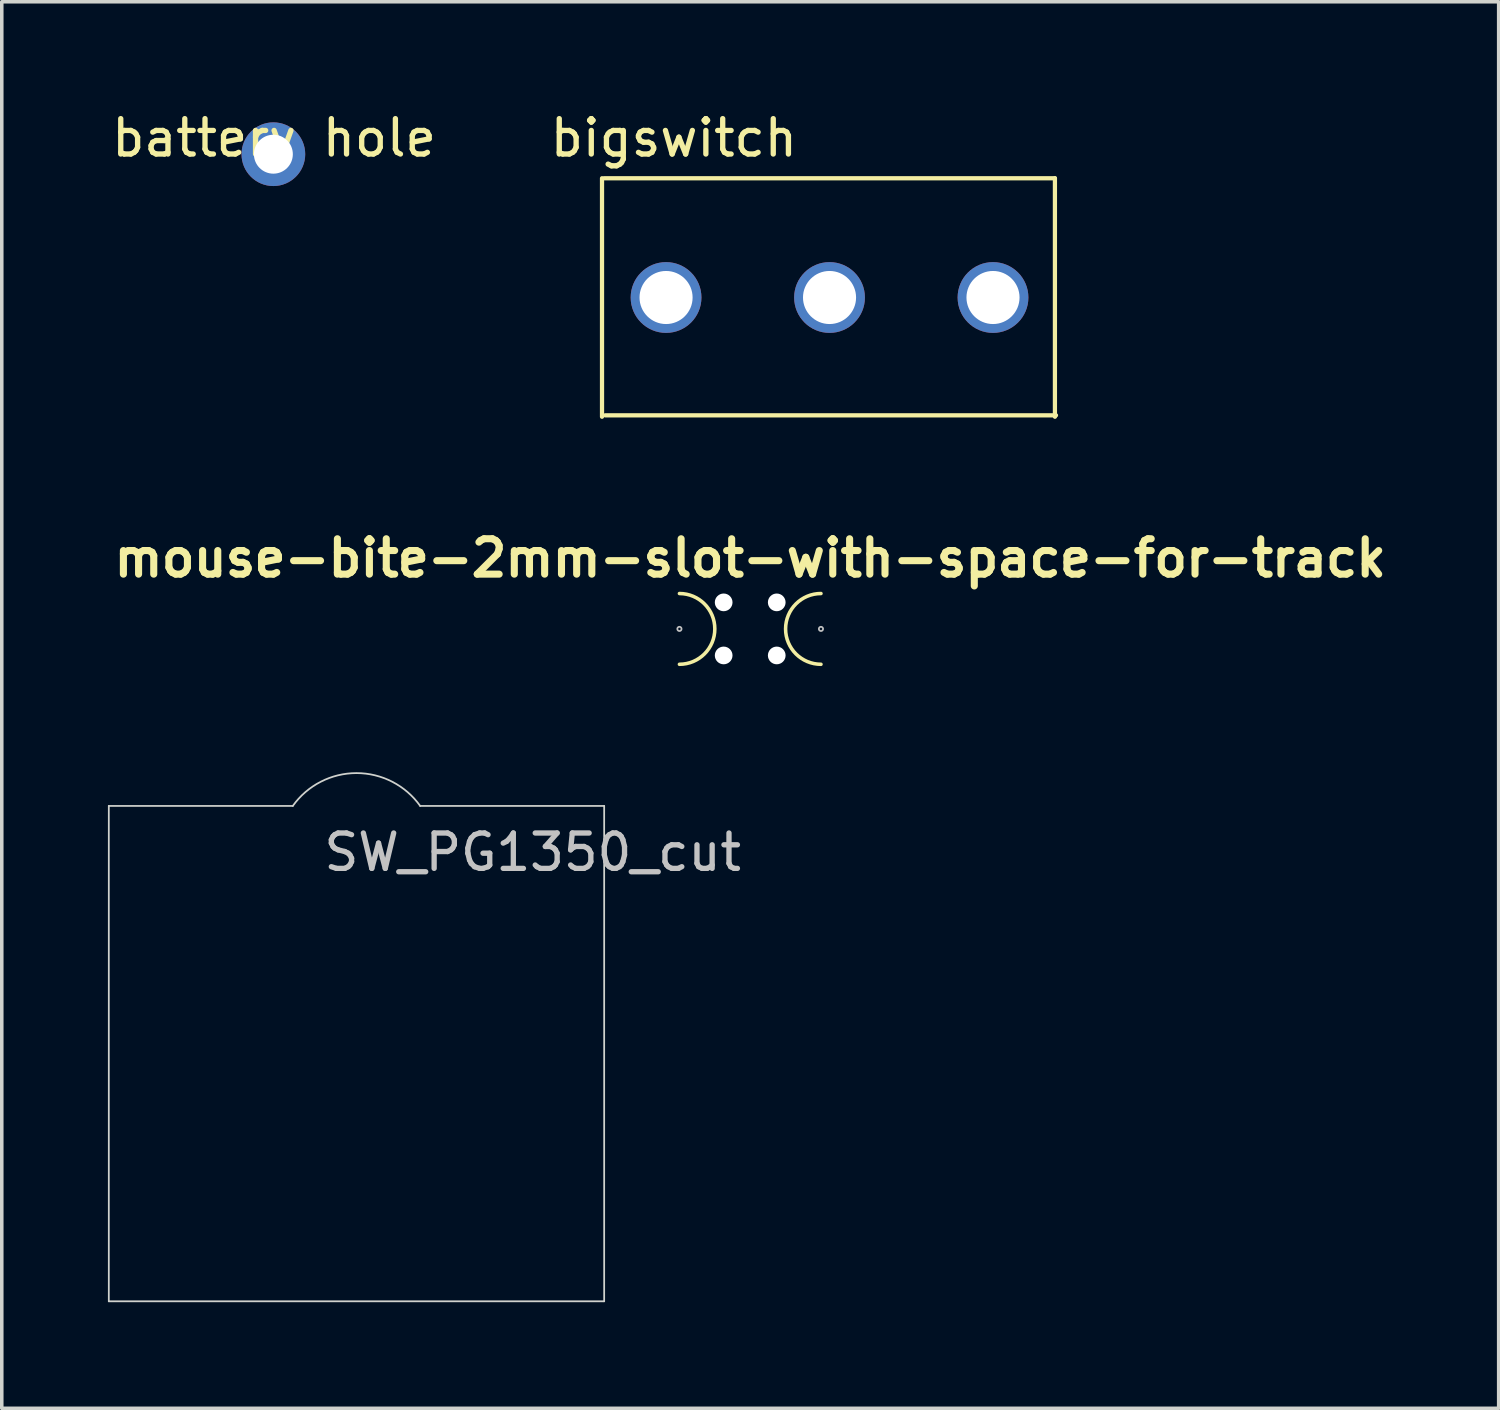
<source format=kicad_pcb>
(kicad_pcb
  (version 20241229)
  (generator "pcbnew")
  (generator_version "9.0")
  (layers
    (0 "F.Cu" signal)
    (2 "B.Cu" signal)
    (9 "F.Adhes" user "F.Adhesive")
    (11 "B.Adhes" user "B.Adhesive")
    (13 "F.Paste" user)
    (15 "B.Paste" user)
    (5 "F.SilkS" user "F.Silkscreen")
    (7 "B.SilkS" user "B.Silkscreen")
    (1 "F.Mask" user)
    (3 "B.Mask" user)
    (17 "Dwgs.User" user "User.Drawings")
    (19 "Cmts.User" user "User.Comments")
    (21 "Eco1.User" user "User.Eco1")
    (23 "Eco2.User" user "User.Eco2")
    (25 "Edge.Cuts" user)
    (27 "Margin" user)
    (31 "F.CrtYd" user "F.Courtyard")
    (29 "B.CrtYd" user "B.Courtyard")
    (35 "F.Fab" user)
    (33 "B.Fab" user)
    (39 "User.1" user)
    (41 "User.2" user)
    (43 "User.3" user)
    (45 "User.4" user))
  (footprint "bigswitch"
    (layer "F.Cu")
    (at 20.394 5.358)
    (property "Reference" "bigswitch" (at -4.4 -4.51 0) (layer "F.SilkS") (effects (font (size 1 1) (thickness 0.15))))
    (attr through_hole)
    (fp_line (start -6.43 -3.37) (end -6.43 3.37) (stroke (width 0.12) (type solid)) (layer "F.SilkS"))
    (fp_line (start -6.37 -3.37) (end 6.37 -3.37) (stroke (width 0.12) (type solid)) (layer "F.SilkS"))
    (fp_line (start -6.34 3.33) (end 6.4 3.33) (stroke (width 0.12) (type solid)) (layer "F.SilkS"))
    (fp_line (start 6.37 -3.37) (end 6.37 3.37) (stroke (width 0.12) (type solid)) (layer "F.SilkS"))
    (pad "1" thru_hole circle (at -4.62 0) (size 2 2) (drill 1.5) (layers "*.Cu" "*.Mask"))
    (pad "2" thru_hole circle (at 0 0) (size 2 2) (drill 1.5) (layers "*.Cu" "*.Mask"))
    (pad "3" thru_hole circle (at 4.62 0) (size 2 2) (drill 1.5) (layers "*.Cu" "*.Mask")))
  (footprint "SW_PG1350_cut"
    (layer "F.Cu")
    (at 7.025 26.727)
    (property "Reference" "SW_PG1350_cut" (at 4.98 -5.69 180) (layer "Dwgs.User") (effects (font (size 1 1) (thickness 0.15))))
    (attr through_hole)
    (fp_line (start -7 -7) (end -1.8 -7) (stroke (width 0.05) (type solid)) (layer "Edge.Cuts"))
    (fp_line (start -7 7) (end -7 -7) (stroke (width 0.05) (type solid)) (layer "Edge.Cuts"))
    (fp_line (start -7 7) (end 7 7) (stroke (width 0.05) (type solid)) (layer "Edge.Cuts"))
    (fp_line (start 1.8 -7) (end 7 -7) (stroke (width 0.05) (type solid)) (layer "Edge.Cuts"))
    (fp_line (start 7 7) (end 7 -7) (stroke (width 0.05) (type solid)) (layer "Edge.Cuts"))
    (fp_arc (start -1.8 -7) (mid 0 -7.928054) (end 1.8 -7) (stroke (width 0.05) (type solid)) (layer "Edge.Cuts")))
  (footprint "battery hole"
    (layer "F.Cu")
    (at 4.696 0.348)
    (property "Reference" "battery hole" (at 0 0.5 0) (layer "F.SilkS") (effects (font (size 1 1) (thickness 0.15))))
    (attr through_hole)
    (pad "1" thru_hole circle (at -0.02 0.96) (size 1.8 1.8) (drill 1.1) (layers "*.Cu" "*.Mask")))
  (footprint "mouse-bite-2mm-slot-with-space-for-track"
    (layer "F.Cu")
    (at 18.152 14.724)
    (property "Reference" "mouse-bite-2mm-slot-with-space-for-track" (at 0 -2 0) (layer "F.SilkS") (effects (font (size 1 1) (thickness 0.2))))
    (attr exclude_from_pos_files exclude_from_bom)
    (fp_arc (start -2 -1) (mid -1 0) (end -2 1) (stroke (width 0.1) (type solid)) (layer "F.SilkS"))
    (fp_arc (start 2 1) (mid 1 0) (end 2 -1) (stroke (width 0.1) (type solid)) (layer "F.SilkS"))
    (fp_circle (center -2 0) (end -2 -0.06) (stroke (width 0.05) (type solid)) (fill no) (layer "Dwgs.User"))
    (fp_circle (center 2 0) (end 2.06 0) (stroke (width 0.05) (type solid)) (fill no) (layer "Dwgs.User"))
    (fp_line (start -2 0) (end -2 0) (stroke (width 2) (type solid)) (layer "Eco1.User"))
    (fp_line (start 2 0) (end 2 0) (stroke (width 2) (type solid)) (layer "Eco1.User"))
    (pad "" np_thru_hole circle (at -0.75 -0.75) (size 0.5 0.5) (drill 0.5) (layers "*.Cu" "*.Mask"))
    (pad "" np_thru_hole circle (at -0.75 0.75) (size 0.5 0.5) (drill 0.5) (layers "*.Cu" "*.Mask"))
    (pad "" np_thru_hole circle (at 0.75 -0.75) (size 0.5 0.5) (drill 0.5) (layers "*.Cu" "*.Mask"))
    (pad "" np_thru_hole circle (at 0.75 0.75) (size 0.5 0.5) (drill 0.5) (layers "*.Cu" "*.Mask")))
  (gr_rect
    (start -3 -3)
    (end 39.305 36.752)
    (stroke (width 0.1) (type default))
    (fill no)
    (layer "Edge.Cuts")))
</source>
